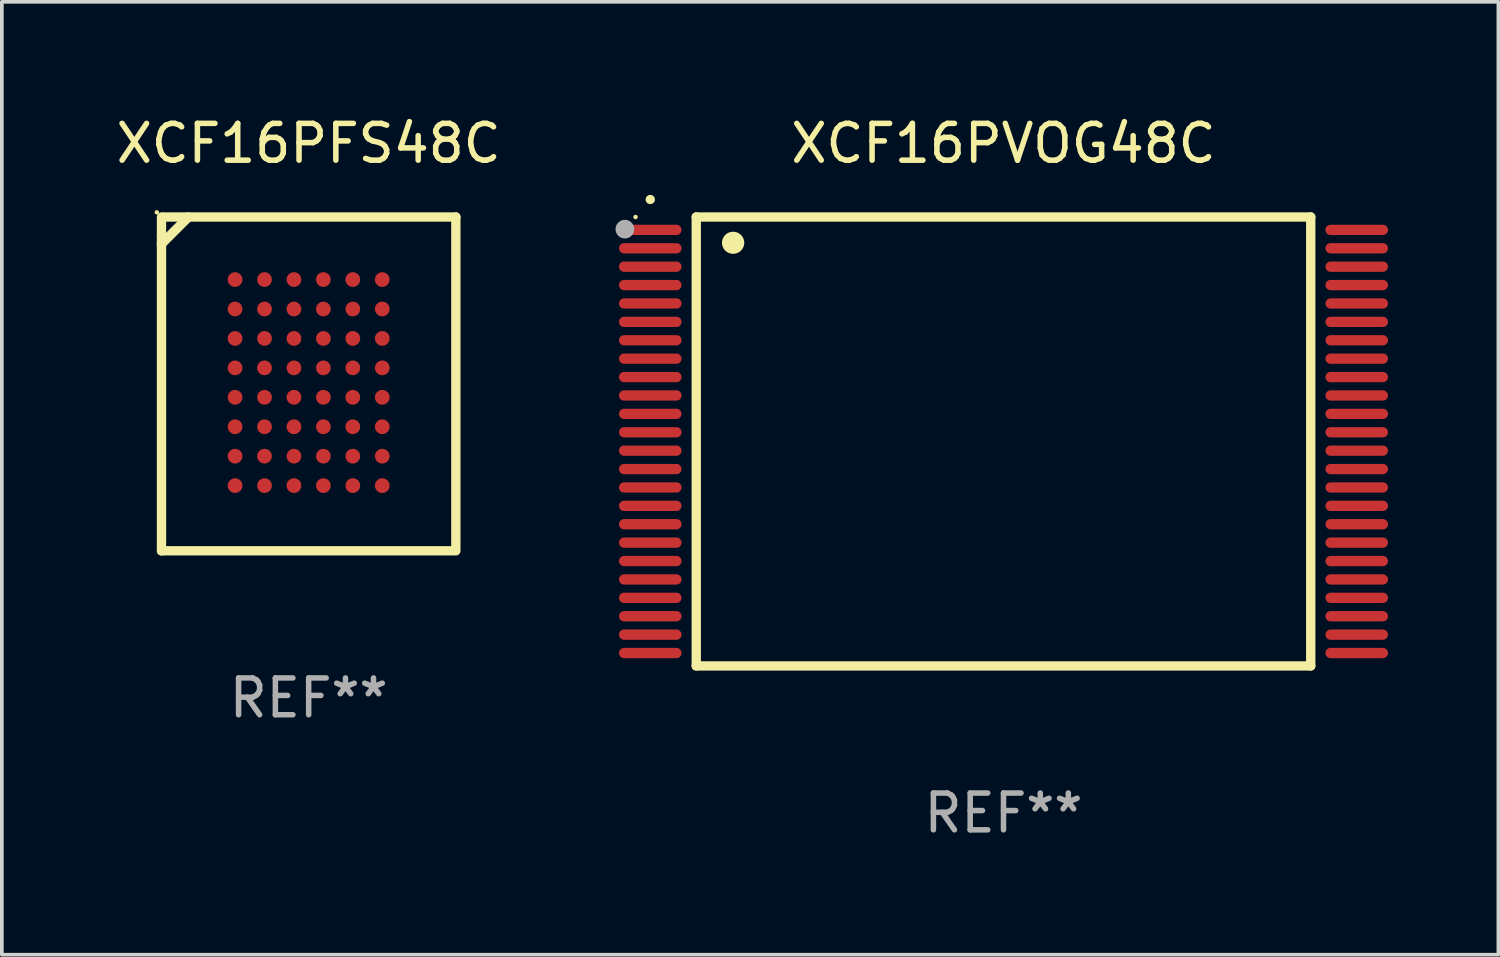
<source format=kicad_pcb>
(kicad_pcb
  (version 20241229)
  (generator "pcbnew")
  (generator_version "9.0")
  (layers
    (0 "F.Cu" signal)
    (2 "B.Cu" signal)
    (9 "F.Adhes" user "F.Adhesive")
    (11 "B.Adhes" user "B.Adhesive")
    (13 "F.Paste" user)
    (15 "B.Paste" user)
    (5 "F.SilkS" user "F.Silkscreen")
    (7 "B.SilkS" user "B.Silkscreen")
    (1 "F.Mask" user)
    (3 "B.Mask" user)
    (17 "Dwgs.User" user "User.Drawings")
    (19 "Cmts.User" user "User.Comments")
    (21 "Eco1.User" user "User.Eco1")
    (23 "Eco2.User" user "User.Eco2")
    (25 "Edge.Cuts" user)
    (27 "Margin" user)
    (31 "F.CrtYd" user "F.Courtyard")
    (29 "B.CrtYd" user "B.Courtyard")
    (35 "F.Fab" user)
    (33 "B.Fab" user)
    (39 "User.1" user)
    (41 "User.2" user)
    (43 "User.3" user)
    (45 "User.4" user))
  (footprint "XCF16PVOG48C"
    (layer "F.Cu")
    (at 24.223 8.948)
    (property "Reference" "XCF16PVOG48C" (at 0 -8.1 0) (layer "F.SilkS") (effects (font (size 1 1) (thickness 0.15))))
    (attr through_hole)
    (fp_line (start -8.35 -6.1) (end 8.35 -6.1) (stroke (width 0.254) (type solid)) (layer "F.SilkS"))
    (fp_line (start -8.35 6.1) (end -8.35 -6.1) (stroke (width 0.254) (type solid)) (layer "F.SilkS"))
    (fp_line (start 8.35 -6.1) (end 8.35 6.1) (stroke (width 0.254) (type solid)) (layer "F.SilkS"))
    (fp_line (start 8.35 6.1) (end -8.35 6.1) (stroke (width 0.254) (type solid)) (layer "F.SilkS"))
    (fp_arc (start -9.601219 -6.57606) (mid -9.599949 -6.576066) (end -9.598679 -6.57606) (stroke (width 0.25) (type solid)) (layer "F.SilkS"))
    (fp_arc (start -7.350775 -5.400038) (mid -7.348235 -5.400049) (end -7.345695 -5.400038) (stroke (width 0.6) (type solid)) (layer "F.SilkS"))
    (fp_circle (center -10 -6.1) (end -9.97 -6.1) (stroke (width 0.06) (type solid)) (fill no) (layer "F.SilkS"))
    (fp_circle (center -10.29 -5.77) (end -10.163 -5.77) (stroke (width 0.254) (type solid)) (fill no) (layer "F.Fab"))
    (fp_text user "REF**" (at 0 10.1 0) (layer "F.Fab") (effects (font (size 1 1) (thickness 0.15))))
    (pad "1" smd oval (at -9.6 -5.75 90) (size 0.28 1.7) (layers "F.Cu" "F.Mask" "F.Paste"))
    (pad "2" smd oval (at -9.6 -5.25 90) (size 0.28 1.7) (layers "F.Cu" "F.Mask" "F.Paste"))
    (pad "3" smd oval (at -9.6 -4.75 90) (size 0.28 1.7) (layers "F.Cu" "F.Mask" "F.Paste"))
    (pad "4" smd oval (at -9.6 -4.25 90) (size 0.28 1.7) (layers "F.Cu" "F.Mask" "F.Paste"))
    (pad "5" smd oval (at -9.6 -3.75 90) (size 0.28 1.7) (layers "F.Cu" "F.Mask" "F.Paste"))
    (pad "6" smd oval (at -9.6 -3.25 90) (size 0.28 1.7) (layers "F.Cu" "F.Mask" "F.Paste"))
    (pad "7" smd oval (at -9.6 -2.75 90) (size 0.28 1.7) (layers "F.Cu" "F.Mask" "F.Paste"))
    (pad "8" smd oval (at -9.6 -2.25 90) (size 0.28 1.7) (layers "F.Cu" "F.Mask" "F.Paste"))
    (pad "9" smd oval (at -9.6 -1.75 90) (size 0.28 1.7) (layers "F.Cu" "F.Mask" "F.Paste"))
    (pad "10" smd oval (at -9.6 -1.25 90) (size 0.28 1.7) (layers "F.Cu" "F.Mask" "F.Paste"))
    (pad "11" smd oval (at -9.6 -0.75 90) (size 0.28 1.7) (layers "F.Cu" "F.Mask" "F.Paste"))
    (pad "12" smd oval (at -9.6 -0.25 90) (size 0.28 1.7) (layers "F.Cu" "F.Mask" "F.Paste"))
    (pad "13" smd oval (at -9.6 0.25 90) (size 0.28 1.7) (layers "F.Cu" "F.Mask" "F.Paste"))
    (pad "14" smd oval (at -9.6 0.75 90) (size 0.28 1.7) (layers "F.Cu" "F.Mask" "F.Paste"))
    (pad "15" smd oval (at -9.6 1.25 90) (size 0.28 1.7) (layers "F.Cu" "F.Mask" "F.Paste"))
    (pad "16" smd oval (at -9.6 1.75 90) (size 0.28 1.7) (layers "F.Cu" "F.Mask" "F.Paste"))
    (pad "17" smd oval (at -9.6 2.25 90) (size 0.28 1.7) (layers "F.Cu" "F.Mask" "F.Paste"))
    (pad "18" smd oval (at -9.6 2.75 90) (size 0.28 1.7) (layers "F.Cu" "F.Mask" "F.Paste"))
    (pad "19" smd oval (at -9.6 3.25 90) (size 0.28 1.7) (layers "F.Cu" "F.Mask" "F.Paste"))
    (pad "20" smd oval (at -9.6 3.75 90) (size 0.28 1.7) (layers "F.Cu" "F.Mask" "F.Paste"))
    (pad "21" smd oval (at -9.6 4.25 90) (size 0.28 1.7) (layers "F.Cu" "F.Mask" "F.Paste"))
    (pad "22" smd oval (at -9.6 4.75 90) (size 0.28 1.7) (layers "F.Cu" "F.Mask" "F.Paste"))
    (pad "23" smd oval (at -9.6 5.25 90) (size 0.28 1.7) (layers "F.Cu" "F.Mask" "F.Paste"))
    (pad "24" smd oval (at -9.6 5.75 90) (size 0.28 1.7) (layers "F.Cu" "F.Mask" "F.Paste"))
    (pad "25" smd oval (at 9.6 5.75 90) (size 0.28 1.7) (layers "F.Cu" "F.Mask" "F.Paste"))
    (pad "26" smd oval (at 9.6 5.25 90) (size 0.28 1.7) (layers "F.Cu" "F.Mask" "F.Paste"))
    (pad "27" smd oval (at 9.6 4.75 90) (size 0.28 1.7) (layers "F.Cu" "F.Mask" "F.Paste"))
    (pad "28" smd oval (at 9.6 4.25 90) (size 0.28 1.7) (layers "F.Cu" "F.Mask" "F.Paste"))
    (pad "29" smd oval (at 9.6 3.75 90) (size 0.28 1.7) (layers "F.Cu" "F.Mask" "F.Paste"))
    (pad "30" smd oval (at 9.6 3.25 90) (size 0.28 1.7) (layers "F.Cu" "F.Mask" "F.Paste"))
    (pad "31" smd oval (at 9.6 2.75 90) (size 0.28 1.7) (layers "F.Cu" "F.Mask" "F.Paste"))
    (pad "32" smd oval (at 9.6 2.25 90) (size 0.28 1.7) (layers "F.Cu" "F.Mask" "F.Paste"))
    (pad "33" smd oval (at 9.6 1.75 90) (size 0.28 1.7) (layers "F.Cu" "F.Mask" "F.Paste"))
    (pad "34" smd oval (at 9.6 1.25 90) (size 0.28 1.7) (layers "F.Cu" "F.Mask" "F.Paste"))
    (pad "35" smd oval (at 9.6 0.75 90) (size 0.28 1.7) (layers "F.Cu" "F.Mask" "F.Paste"))
    (pad "36" smd oval (at 9.6 0.25 90) (size 0.28 1.7) (layers "F.Cu" "F.Mask" "F.Paste"))
    (pad "37" smd oval (at 9.6 -0.25 90) (size 0.28 1.7) (layers "F.Cu" "F.Mask" "F.Paste"))
    (pad "38" smd oval (at 9.6 -0.75 90) (size 0.28 1.7) (layers "F.Cu" "F.Mask" "F.Paste"))
    (pad "39" smd oval (at 9.6 -1.25 90) (size 0.28 1.7) (layers "F.Cu" "F.Mask" "F.Paste"))
    (pad "40" smd oval (at 9.6 -1.75 90) (size 0.28 1.7) (layers "F.Cu" "F.Mask" "F.Paste"))
    (pad "41" smd oval (at 9.6 -2.25 90) (size 0.28 1.7) (layers "F.Cu" "F.Mask" "F.Paste"))
    (pad "42" smd oval (at 9.6 -2.75 90) (size 0.28 1.7) (layers "F.Cu" "F.Mask" "F.Paste"))
    (pad "43" smd oval (at 9.6 -3.25 90) (size 0.28 1.7) (layers "F.Cu" "F.Mask" "F.Paste"))
    (pad "44" smd oval (at 9.6 -3.75 90) (size 0.28 1.7) (layers "F.Cu" "F.Mask" "F.Paste"))
    (pad "45" smd oval (at 9.6 -4.25 90) (size 0.28 1.7) (layers "F.Cu" "F.Mask" "F.Paste"))
    (pad "46" smd oval (at 9.6 -4.75 90) (size 0.28 1.7) (layers "F.Cu" "F.Mask" "F.Paste"))
    (pad "47" smd oval (at 9.6 -5.25 90) (size 0.28 1.7) (layers "F.Cu" "F.Mask" "F.Paste"))
    (pad "48" smd oval (at 9.6 -5.75 90) (size 0.28 1.7) (layers "F.Cu" "F.Mask" "F.Paste")))
  (footprint "XCF16PFS48C"
    (layer "F.Cu")
    (at 5.339 7.384)
    (property "Reference" "XCF16PFS48C" (at 0 -6.536 0) (layer "F.SilkS") (effects (font (size 1 1) (thickness 0.15))))
    (attr through_hole)
    (fp_line (start -4 -4.036) (end -4 -4.536) (stroke (width 0.254) (type solid)) (layer "F.SilkS"))
    (fp_line (start -4 -4.036) (end -4 4.536) (stroke (width 0.254) (type solid)) (layer "F.SilkS"))
    (fp_line (start -4 -3.803) (end -3.267 -4.536) (stroke (width 0.254) (type solid)) (layer "F.SilkS"))
    (fp_line (start -4 -3.769) (end -4 -3.803) (stroke (width 0.254) (type solid)) (layer "F.SilkS"))
    (fp_line (start -4 4.536) (end 4 4.536) (stroke (width 0.254) (type solid)) (layer "F.SilkS"))
    (fp_line (start 4 -4.536) (end -3.937 -4.536) (stroke (width 0.254) (type solid)) (layer "F.SilkS"))
    (fp_line (start 4 -4.536) (end 4 4.464) (stroke (width 0.254) (type solid)) (layer "F.SilkS"))
    (fp_circle (center -4.127 -4.663) (end -4.097 -4.663) (stroke (width 0.06) (type solid)) (fill no) (layer "F.SilkS"))
    (fp_text user "REF**" (at 0 8.536 0) (layer "F.Fab") (effects (font (size 1 1) (thickness 0.15))))
    (pad "A1" smd circle (at -2 -2.836) (size 0.4 0.4) (layers "F.Cu" "F.Mask" "F.Paste"))
    (pad "A2" smd circle (at -1.2 -2.836) (size 0.4 0.4) (layers "F.Cu" "F.Mask" "F.Paste"))
    (pad "A3" smd circle (at -0.4 -2.836) (size 0.4 0.4) (layers "F.Cu" "F.Mask" "F.Paste"))
    (pad "A4" smd circle (at 0.4 -2.836) (size 0.4 0.4) (layers "F.Cu" "F.Mask" "F.Paste"))
    (pad "A5" smd circle (at 1.2 -2.836) (size 0.4 0.4) (layers "F.Cu" "F.Mask" "F.Paste"))
    (pad "A6" smd circle (at 2 -2.836) (size 0.4 0.4) (layers "F.Cu" "F.Mask" "F.Paste"))
    (pad "B1" smd circle (at -2 -2.036) (size 0.4 0.4) (layers "F.Cu" "F.Mask" "F.Paste"))
    (pad "B2" smd circle (at -1.2 -2.036) (size 0.4 0.4) (layers "F.Cu" "F.Mask" "F.Paste"))
    (pad "B3" smd circle (at -0.4 -2.036) (size 0.4 0.4) (layers "F.Cu" "F.Mask" "F.Paste"))
    (pad "B4" smd circle (at 0.4 -2.036) (size 0.4 0.4) (layers "F.Cu" "F.Mask" "F.Paste"))
    (pad "B5" smd circle (at 1.2 -2.036) (size 0.4 0.4) (layers "F.Cu" "F.Mask" "F.Paste"))
    (pad "B6" smd circle (at 2 -2.036) (size 0.4 0.4) (layers "F.Cu" "F.Mask" "F.Paste"))
    (pad "C1" smd circle (at -2 -1.236) (size 0.4 0.4) (layers "F.Cu" "F.Mask" "F.Paste"))
    (pad "C2" smd circle (at -1.2 -1.236) (size 0.4 0.4) (layers "F.Cu" "F.Mask" "F.Paste"))
    (pad "C3" smd circle (at -0.4 -1.236) (size 0.4 0.4) (layers "F.Cu" "F.Mask" "F.Paste"))
    (pad "C4" smd circle (at 0.4 -1.236) (size 0.4 0.4) (layers "F.Cu" "F.Mask" "F.Paste"))
    (pad "C5" smd circle (at 1.2 -1.236) (size 0.4 0.4) (layers "F.Cu" "F.Mask" "F.Paste"))
    (pad "C6" smd circle (at 2 -1.236) (size 0.4 0.4) (layers "F.Cu" "F.Mask" "F.Paste"))
    (pad "D1" smd circle (at -2 -0.436) (size 0.4 0.4) (layers "F.Cu" "F.Mask" "F.Paste"))
    (pad "D2" smd circle (at -1.2 -0.436) (size 0.4 0.4) (layers "F.Cu" "F.Mask" "F.Paste"))
    (pad "D3" smd circle (at -0.4 -0.436) (size 0.4 0.4) (layers "F.Cu" "F.Mask" "F.Paste"))
    (pad "D4" smd circle (at 0.4 -0.436) (size 0.4 0.4) (layers "F.Cu" "F.Mask" "F.Paste"))
    (pad "D5" smd circle (at 1.2 -0.436) (size 0.4 0.4) (layers "F.Cu" "F.Mask" "F.Paste"))
    (pad "D6" smd circle (at 2 -0.436) (size 0.4 0.4) (layers "F.Cu" "F.Mask" "F.Paste"))
    (pad "E1" smd circle (at -2 0.364) (size 0.4 0.4) (layers "F.Cu" "F.Mask" "F.Paste"))
    (pad "E2" smd circle (at -1.2 0.364) (size 0.4 0.4) (layers "F.Cu" "F.Mask" "F.Paste"))
    (pad "E3" smd circle (at -0.4 0.364) (size 0.4 0.4) (layers "F.Cu" "F.Mask" "F.Paste"))
    (pad "E4" smd circle (at 0.4 0.364) (size 0.4 0.4) (layers "F.Cu" "F.Mask" "F.Paste"))
    (pad "E5" smd circle (at 1.2 0.364) (size 0.4 0.4) (layers "F.Cu" "F.Mask" "F.Paste"))
    (pad "E6" smd circle (at 2 0.364) (size 0.4 0.4) (layers "F.Cu" "F.Mask" "F.Paste"))
    (pad "F1" smd circle (at -2 1.164) (size 0.4 0.4) (layers "F.Cu" "F.Mask" "F.Paste"))
    (pad "F2" smd circle (at -1.2 1.164) (size 0.4 0.4) (layers "F.Cu" "F.Mask" "F.Paste"))
    (pad "F3" smd circle (at -0.4 1.164) (size 0.4 0.4) (layers "F.Cu" "F.Mask" "F.Paste"))
    (pad "F4" smd circle (at 0.4 1.164) (size 0.4 0.4) (layers "F.Cu" "F.Mask" "F.Paste"))
    (pad "F5" smd circle (at 1.2 1.164) (size 0.4 0.4) (layers "F.Cu" "F.Mask" "F.Paste"))
    (pad "F6" smd circle (at 2 1.164) (size 0.4 0.4) (layers "F.Cu" "F.Mask" "F.Paste"))
    (pad "G1" smd circle (at -2 1.964) (size 0.4 0.4) (layers "F.Cu" "F.Mask" "F.Paste"))
    (pad "G2" smd circle (at -1.2 1.964) (size 0.4 0.4) (layers "F.Cu" "F.Mask" "F.Paste"))
    (pad "G3" smd circle (at -0.4 1.964) (size 0.4 0.4) (layers "F.Cu" "F.Mask" "F.Paste"))
    (pad "G4" smd circle (at 0.4 1.964) (size 0.4 0.4) (layers "F.Cu" "F.Mask" "F.Paste"))
    (pad "G5" smd circle (at 1.2 1.964) (size 0.4 0.4) (layers "F.Cu" "F.Mask" "F.Paste"))
    (pad "G6" smd circle (at 2 1.964) (size 0.4 0.4) (layers "F.Cu" "F.Mask" "F.Paste"))
    (pad "H1" smd circle (at -2 2.764) (size 0.4 0.4) (layers "F.Cu" "F.Mask" "F.Paste"))
    (pad "H2" smd circle (at -1.2 2.764) (size 0.4 0.4) (layers "F.Cu" "F.Mask" "F.Paste"))
    (pad "H3" smd circle (at -0.4 2.764) (size 0.4 0.4) (layers "F.Cu" "F.Mask" "F.Paste"))
    (pad "H4" smd circle (at 0.4 2.764) (size 0.4 0.4) (layers "F.Cu" "F.Mask" "F.Paste"))
    (pad "H5" smd circle (at 1.2 2.764) (size 0.4 0.4) (layers "F.Cu" "F.Mask" "F.Paste"))
    (pad "H6" smd circle (at 2 2.764) (size 0.4 0.4) (layers "F.Cu" "F.Mask" "F.Paste")))
  (gr_rect
    (start -3 -3)
    (end 37.673 22.897)
    (stroke (width 0.1) (type default))
    (fill no)
    (layer "Edge.Cuts")))
</source>
